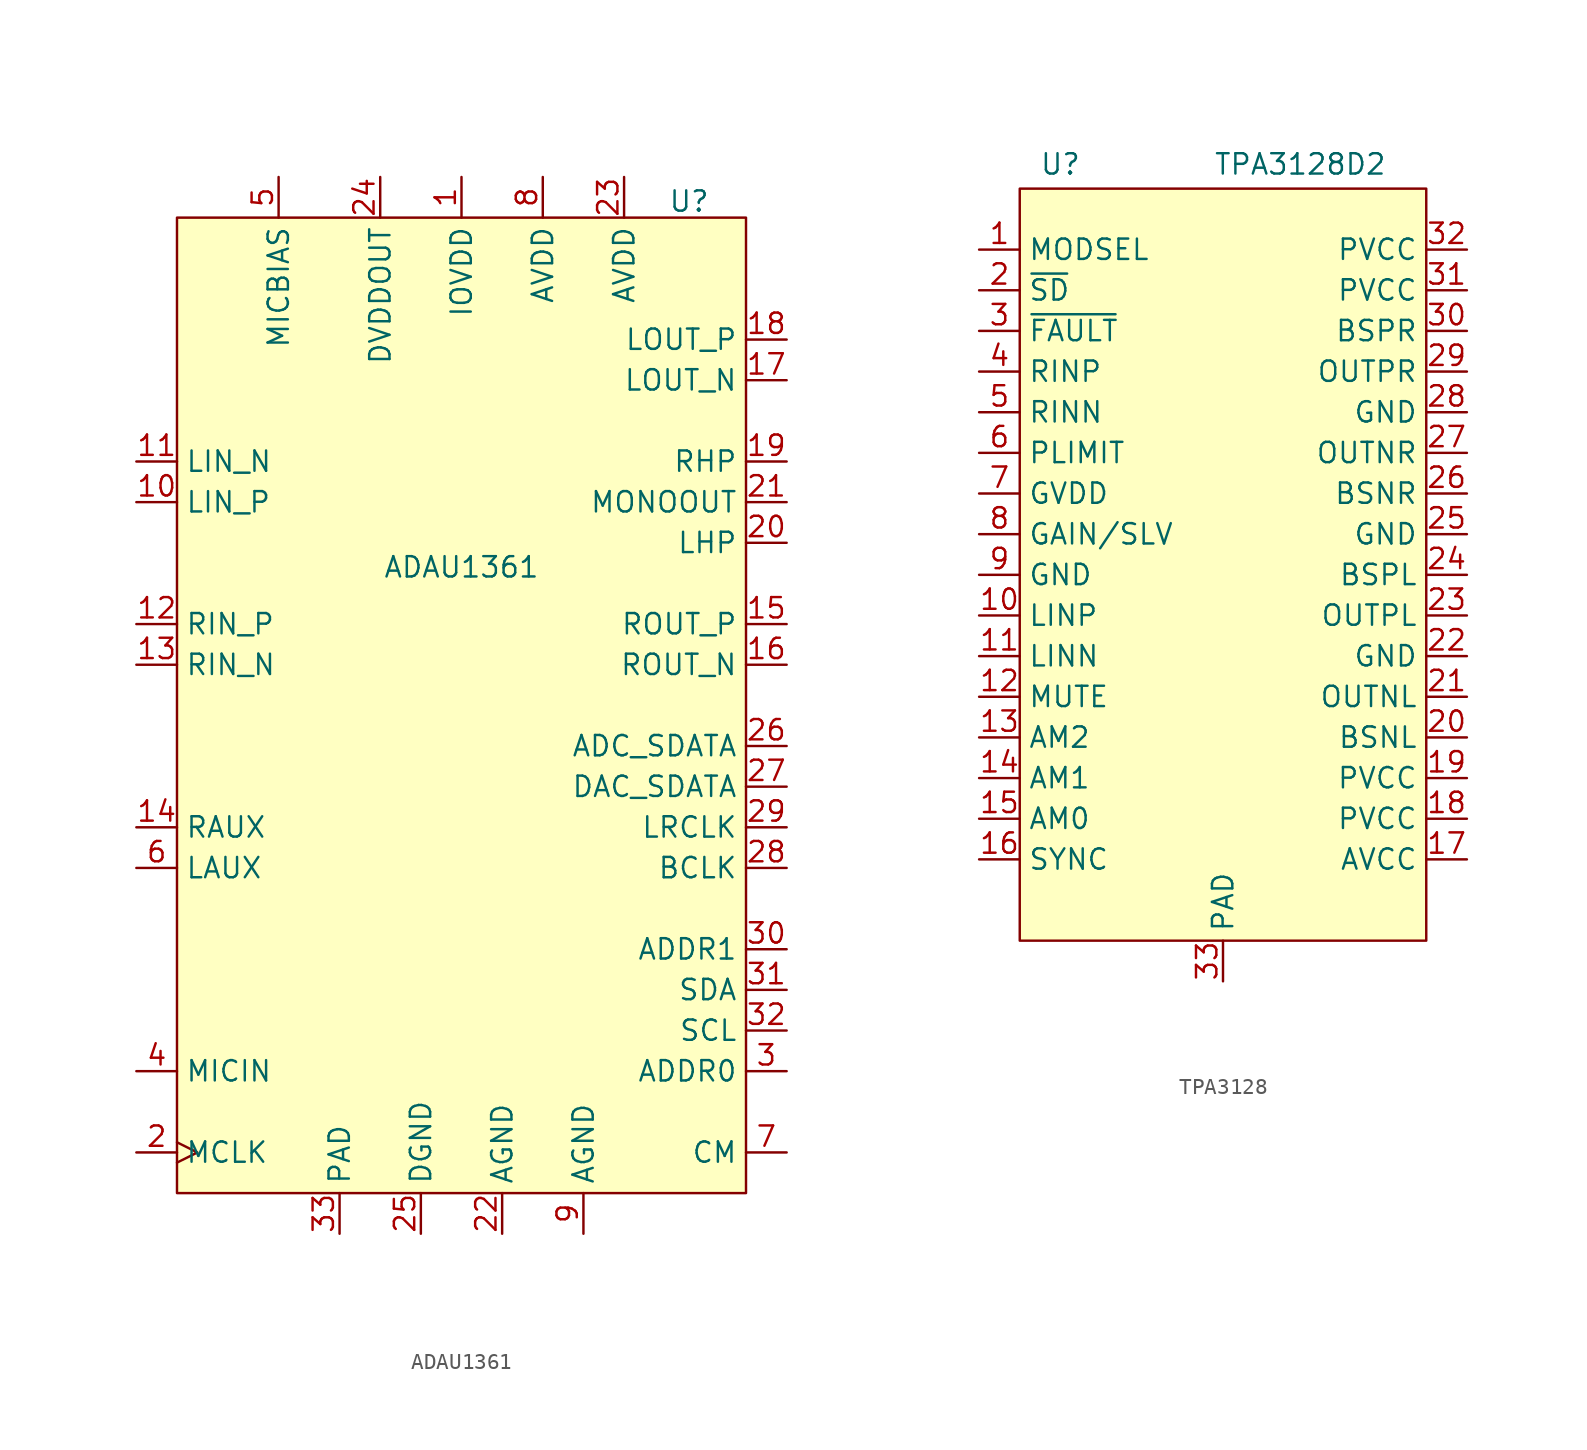
<source format=kicad_sym>
(kicad_symbol_lib
  (version 20231120)
  (generator "kicad_symbol_editor")
  (generator_version "8.0")
  (symbol "ADAU1361"
    (property "Reference" "U"
      (at 14.224 28.956 0)
      (effects (font (size 1.27 1.27))))
    (property "Value" "ADAU1361"
      (at 0 6.096 0)
      (effects (font (size 1.27 1.27))))
    (symbol "ADAU1361_1_1"
      (rectangle (start -17.78 27.94) (end 17.78 -33.02) (stroke (width 0) (type default)) (fill (type background)))
      (pin power_in line (at 0 30.48 270) (length 2.54) (name "IOVDD" (effects (font (size 1.27 1.27)))) (number "1" (effects (font (size 1.27 1.27)))))
      (pin input line (at -20.32 10.16 0) (length 2.54) (name "LIN_P" (effects (font (size 1.27 1.27)))) (number "10" (effects (font (size 1.27 1.27)))))
      (pin input line (at -20.32 12.7 0) (length 2.54) (name "LIN_N" (effects (font (size 1.27 1.27)))) (number "11" (effects (font (size 1.27 1.27)))))
      (pin input line (at -20.32 2.54 0) (length 2.54) (name "RIN_P" (effects (font (size 1.27 1.27)))) (number "12" (effects (font (size 1.27 1.27)))))
      (pin input line (at -20.32 0 0) (length 2.54) (name "RIN_N" (effects (font (size 1.27 1.27)))) (number "13" (effects (font (size 1.27 1.27)))))
      (pin input line (at -20.32 -10.16 0) (length 2.54) (name "RAUX" (effects (font (size 1.27 1.27)))) (number "14" (effects (font (size 1.27 1.27)))))
      (pin output line (at 20.32 2.54 180) (length 2.54) (name "ROUT_P" (effects (font (size 1.27 1.27)))) (number "15" (effects (font (size 1.27 1.27)))))
      (pin output line (at 20.32 0 180) (length 2.54) (name "ROUT_N" (effects (font (size 1.27 1.27)))) (number "16" (effects (font (size 1.27 1.27)))))
      (pin output line (at 20.32 17.78 180) (length 2.54) (name "LOUT_N" (effects (font (size 1.27 1.27)))) (number "17" (effects (font (size 1.27 1.27)))))
      (pin output line (at 20.32 20.32 180) (length 2.54) (name "LOUT_P" (effects (font (size 1.27 1.27)))) (number "18" (effects (font (size 1.27 1.27)))))
      (pin output line (at 20.32 12.7 180) (length 2.54) (name "RHP" (effects (font (size 1.27 1.27)))) (number "19" (effects (font (size 1.27 1.27)))))
      (pin input clock (at -20.32 -30.48 0) (length 2.54) (name "MCLK" (effects (font (size 1.27 1.27)))) (number "2" (effects (font (size 1.27 1.27)))))
      (pin output line (at 20.32 7.62 180) (length 2.54) (name "LHP" (effects (font (size 1.27 1.27)))) (number "20" (effects (font (size 1.27 1.27)))))
      (pin output line (at 20.32 10.16 180) (length 2.54) (name "MONOOUT" (effects (font (size 1.27 1.27)))) (number "21" (effects (font (size 1.27 1.27)))))
      (pin power_in line (at 2.54 -35.56 90) (length 2.54) (name "AGND" (effects (font (size 1.27 1.27)))) (number "22" (effects (font (size 1.27 1.27)))))
      (pin power_in line (at 10.16 30.48 270) (length 2.54) (name "AVDD" (effects (font (size 1.27 1.27)))) (number "23" (effects (font (size 1.27 1.27)))))
      (pin passive line (at -5.08 30.48 270) (length 2.54) (name "DVDDOUT" (effects (font (size 1.27 1.27)))) (number "24" (effects (font (size 1.27 1.27)))))
      (pin power_in line (at -2.54 -35.56 90) (length 2.54) (name "DGND" (effects (font (size 1.27 1.27)))) (number "25" (effects (font (size 1.27 1.27)))))
      (pin output line (at 20.32 -5.08 180) (length 2.54) (name "ADC_SDATA" (effects (font (size 1.27 1.27)))) (number "26" (effects (font (size 1.27 1.27)))))
      (pin input line (at 20.32 -7.62 180) (length 2.54) (name "DAC_SDATA" (effects (font (size 1.27 1.27)))) (number "27" (effects (font (size 1.27 1.27)))))
      (pin bidirectional line (at 20.32 -12.7 180) (length 2.54) (name "BCLK" (effects (font (size 1.27 1.27)))) (number "28" (effects (font (size 1.27 1.27)))))
      (pin bidirectional line (at 20.32 -10.16 180) (length 2.54) (name "LRCLK" (effects (font (size 1.27 1.27)))) (number "29" (effects (font (size 1.27 1.27)))))
      (pin passive line (at 20.32 -25.4 180) (length 2.54) (name "ADDR0" (effects (font (size 1.27 1.27)))) (number "3" (effects (font (size 1.27 1.27)))))
      (pin passive line (at 20.32 -17.78 180) (length 2.54) (name "ADDR1" (effects (font (size 1.27 1.27)))) (number "30" (effects (font (size 1.27 1.27)))))
      (pin bidirectional line (at 20.32 -20.32 180) (length 2.54) (name "SDA" (effects (font (size 1.27 1.27)))) (number "31" (effects (font (size 1.27 1.27)))) (alternate "COUT" output line))
      (pin input line (at 20.32 -22.86 180) (length 2.54) (name "SCL" (effects (font (size 1.27 1.27)))) (number "32" (effects (font (size 1.27 1.27)))) (alternate "CCLK" input line))
      (pin power_in line (at -7.62 -35.56 90) (length 2.54) (name "PAD" (effects (font (size 1.27 1.27)))) (number "33" (effects (font (size 1.27 1.27)))))
      (pin input line (at -20.32 -25.4 0) (length 2.54) (name "MICIN" (effects (font (size 1.27 1.27)))) (number "4" (effects (font (size 1.27 1.27)))))
      (pin output line (at -11.43 30.48 270) (length 2.54) (name "MICBIAS" (effects (font (size 1.27 1.27)))) (number "5" (effects (font (size 1.27 1.27)))))
      (pin input line (at -20.32 -12.7 0) (length 2.54) (name "LAUX" (effects (font (size 1.27 1.27)))) (number "6" (effects (font (size 1.27 1.27)))))
      (pin passive line (at 20.32 -30.48 180) (length 2.54) (name "CM" (effects (font (size 1.27 1.27)))) (number "7" (effects (font (size 1.27 1.27)))))
      (pin power_in line (at 5.08 30.48 270) (length 2.54) (name "AVDD" (effects (font (size 1.27 1.27)))) (number "8" (effects (font (size 1.27 1.27)))))
      (pin power_in line (at 7.62 -35.56 90) (length 2.54) (name "AGND" (effects (font (size 1.27 1.27)))) (number "9" (effects (font (size 1.27 1.27)))))))
  (symbol "TPA3128"
    (property "Reference" "U"
      (at -10.16 23.114 0)
      (effects (font (size 1.27 1.27))))
    (property "Value" "TPA3128D2"
      (at 4.826 23.114 0)
      (effects (font (size 1.27 1.27))))
    (symbol "TPA3128_1_1"
      (rectangle (start -12.7 21.59) (end 12.7 -25.4) (stroke (width 0) (type default)) (fill (type background)))
      (pin passive line (at -15.24 17.78 0) (length 2.54) (name "MODSEL" (effects (font (size 1.27 1.27)))) (number "1" (effects (font (size 1.27 1.27)))))
      (pin input line (at -15.24 -5.08 0) (length 2.54) (name "LINP" (effects (font (size 1.27 1.27)))) (number "10" (effects (font (size 1.27 1.27)))))
      (pin input line (at -15.24 -7.62 0) (length 2.54) (name "LINN" (effects (font (size 1.27 1.27)))) (number "11" (effects (font (size 1.27 1.27)))))
      (pin input line (at -15.24 -10.16 0) (length 2.54) (name "MUTE" (effects (font (size 1.27 1.27)))) (number "12" (effects (font (size 1.27 1.27)))))
      (pin passive line (at -15.24 -12.7 0) (length 2.54) (name "AM2" (effects (font (size 1.27 1.27)))) (number "13" (effects (font (size 1.27 1.27)))))
      (pin passive line (at -15.24 -15.24 0) (length 2.54) (name "AM1" (effects (font (size 1.27 1.27)))) (number "14" (effects (font (size 1.27 1.27)))))
      (pin passive line (at -15.24 -17.78 0) (length 2.54) (name "AM0" (effects (font (size 1.27 1.27)))) (number "15" (effects (font (size 1.27 1.27)))))
      (pin bidirectional line (at -15.24 -20.32 0) (length 2.54) (name "SYNC" (effects (font (size 1.27 1.27)))) (number "16" (effects (font (size 1.27 1.27)))))
      (pin power_in line (at 15.24 -20.32 180) (length 2.54) (name "AVCC" (effects (font (size 1.27 1.27)))) (number "17" (effects (font (size 1.27 1.27)))))
      (pin power_in line (at 15.24 -17.78 180) (length 2.54) (name "PVCC" (effects (font (size 1.27 1.27)))) (number "18" (effects (font (size 1.27 1.27)))))
      (pin power_in line (at 15.24 -15.24 180) (length 2.54) (name "PVCC" (effects (font (size 1.27 1.27)))) (number "19" (effects (font (size 1.27 1.27)))))
      (pin input line (at -15.24 15.24 0) (length 2.54) (name "~{SD}" (effects (font (size 1.27 1.27)))) (number "2" (effects (font (size 1.27 1.27)))))
      (pin passive line (at 15.24 -12.7 180) (length 2.54) (name "BSNL" (effects (font (size 1.27 1.27)))) (number "20" (effects (font (size 1.27 1.27)))))
      (pin output line (at 15.24 -10.16 180) (length 2.54) (name "OUTNL" (effects (font (size 1.27 1.27)))) (number "21" (effects (font (size 1.27 1.27)))))
      (pin power_in line (at 15.24 -7.62 180) (length 2.54) (name "GND" (effects (font (size 1.27 1.27)))) (number "22" (effects (font (size 1.27 1.27)))))
      (pin output line (at 15.24 -5.08 180) (length 2.54) (name "OUTPL" (effects (font (size 1.27 1.27)))) (number "23" (effects (font (size 1.27 1.27)))))
      (pin passive line (at 15.24 -2.54 180) (length 2.54) (name "BSPL" (effects (font (size 1.27 1.27)))) (number "24" (effects (font (size 1.27 1.27)))))
      (pin input line (at 15.24 0 180) (length 2.54) (name "GND" (effects (font (size 1.27 1.27)))) (number "25" (effects (font (size 1.27 1.27)))))
      (pin passive line (at 15.24 2.54 180) (length 2.54) (name "BSNR" (effects (font (size 1.27 1.27)))) (number "26" (effects (font (size 1.27 1.27)))))
      (pin output line (at 15.24 5.08 180) (length 2.54) (name "OUTNR" (effects (font (size 1.27 1.27)))) (number "27" (effects (font (size 1.27 1.27)))))
      (pin power_in line (at 15.24 7.62 180) (length 2.54) (name "GND" (effects (font (size 1.27 1.27)))) (number "28" (effects (font (size 1.27 1.27)))))
      (pin output line (at 15.24 10.16 180) (length 2.54) (name "OUTPR" (effects (font (size 1.27 1.27)))) (number "29" (effects (font (size 1.27 1.27)))))
      (pin output line (at -15.24 12.7 0) (length 2.54) (name "~{FAULT}" (effects (font (size 1.27 1.27)))) (number "3" (effects (font (size 1.27 1.27)))))
      (pin passive line (at 15.24 12.7 180) (length 2.54) (name "BSPR" (effects (font (size 1.27 1.27)))) (number "30" (effects (font (size 1.27 1.27)))))
      (pin power_in line (at 15.24 15.24 180) (length 2.54) (name "PVCC" (effects (font (size 1.27 1.27)))) (number "31" (effects (font (size 1.27 1.27)))))
      (pin power_in line (at 15.24 17.78 180) (length 2.54) (name "PVCC" (effects (font (size 1.27 1.27)))) (number "32" (effects (font (size 1.27 1.27)))))
      (pin power_in line (at 0 -27.94 90) (length 2.54) (name "PAD" (effects (font (size 1.27 1.27)))) (number "33" (effects (font (size 1.27 1.27)))))
      (pin input line (at -15.24 10.16 0) (length 2.54) (name "RINP" (effects (font (size 1.27 1.27)))) (number "4" (effects (font (size 1.27 1.27)))))
      (pin input line (at -15.24 7.62 0) (length 2.54) (name "RINN" (effects (font (size 1.27 1.27)))) (number "5" (effects (font (size 1.27 1.27)))))
      (pin passive line (at -15.24 5.08 0) (length 2.54) (name "PLIMIT" (effects (font (size 1.27 1.27)))) (number "6" (effects (font (size 1.27 1.27)))))
      (pin power_out line (at -15.24 2.54 0) (length 2.54) (name "GVDD" (effects (font (size 1.27 1.27)))) (number "7" (effects (font (size 1.27 1.27)))))
      (pin input line (at -15.24 0 0) (length 2.54) (name "GAIN/SLV" (effects (font (size 1.27 1.27)))) (number "8" (effects (font (size 1.27 1.27)))))
      (pin power_in line (at -15.24 -2.54 0) (length 2.54) (name "GND" (effects (font (size 1.27 1.27)))) (number "9" (effects (font (size 1.27 1.27))))))))
</source>
